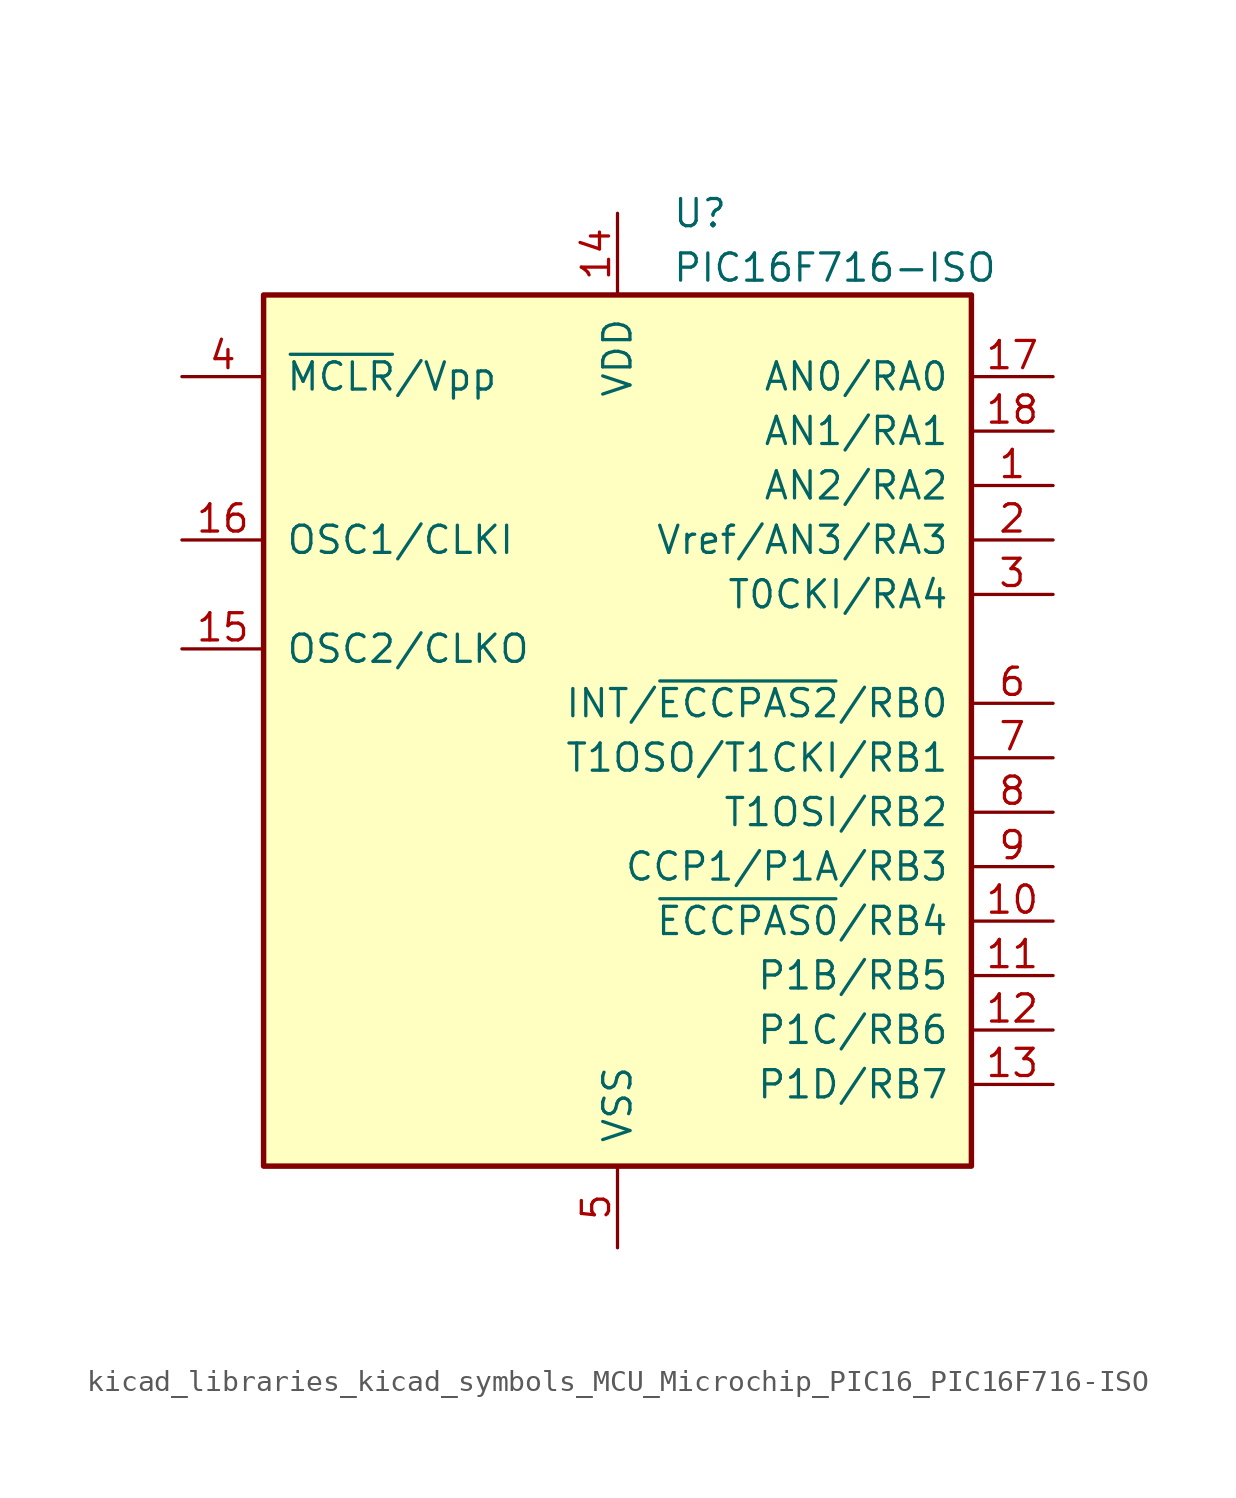
<source format=kicad_sym>
(kicad_symbol_lib
  (version 20220914)
  (generator kicad_symbol_editor)
  (symbol "kicad_libraries_kicad_symbols_MCU_Microchip_PIC16_PIC16F716-ISO"
    (pin_names
      (offset 1.016))
    (property "Reference" "U"
      (at 2.54 22.86 0)
      (effects (font (size 1.27 1.27)) (justify left)))
    (property "Value" "PIC16F716-ISO"
      (at 2.54 20.32 0)
      (effects (font (size 1.27 1.27)) (justify left)))
    (symbol "kicad_libraries_kicad_symbols_MCU_Microchip_PIC16_PIC16F716-ISO_0_1"
      (rectangle (start -16.51 19.05) (end 16.51 -21.59) (stroke (width 0.254) (type default)) (fill (type background))))
    (symbol "kicad_libraries_kicad_symbols_MCU_Microchip_PIC16_PIC16F716-ISO_1_1"
      (pin bidirectional line (at 20.32 10.16 180) (length 3.81) (name "AN2/RA2" (effects (font (size 1.27 1.27)))) (number "1" (effects (font (size 1.27 1.27)))))
      (pin bidirectional line (at 20.32 -10.16 180) (length 3.81) (name "~{ECCPAS0}/RB4" (effects (font (size 1.27 1.27)))) (number "10" (effects (font (size 1.27 1.27)))))
      (pin bidirectional line (at 20.32 -12.7 180) (length 3.81) (name "P1B/RB5" (effects (font (size 1.27 1.27)))) (number "11" (effects (font (size 1.27 1.27)))))
      (pin bidirectional line (at 20.32 -15.24 180) (length 3.81) (name "P1C/RB6" (effects (font (size 1.27 1.27)))) (number "12" (effects (font (size 1.27 1.27)))))
      (pin bidirectional line (at 20.32 -17.78 180) (length 3.81) (name "P1D/RB7" (effects (font (size 1.27 1.27)))) (number "13" (effects (font (size 1.27 1.27)))))
      (pin power_in line (at 0 22.86 270) (length 3.81) (name "VDD" (effects (font (size 1.27 1.27)))) (number "14" (effects (font (size 1.27 1.27)))))
      (pin output line (at -20.32 2.54 0) (length 3.81) (name "OSC2/CLKO" (effects (font (size 1.27 1.27)))) (number "15" (effects (font (size 1.27 1.27)))))
      (pin input line (at -20.32 7.62 0) (length 3.81) (name "OSC1/CLKI" (effects (font (size 1.27 1.27)))) (number "16" (effects (font (size 1.27 1.27)))))
      (pin bidirectional line (at 20.32 15.24 180) (length 3.81) (name "AN0/RA0" (effects (font (size 1.27 1.27)))) (number "17" (effects (font (size 1.27 1.27)))))
      (pin bidirectional line (at 20.32 12.7 180) (length 3.81) (name "AN1/RA1" (effects (font (size 1.27 1.27)))) (number "18" (effects (font (size 1.27 1.27)))))
      (pin bidirectional line (at 20.32 7.62 180) (length 3.81) (name "Vref/AN3/RA3" (effects (font (size 1.27 1.27)))) (number "2" (effects (font (size 1.27 1.27)))))
      (pin output line (at 20.32 5.08 180) (length 3.81) (name "T0CKI/RA4" (effects (font (size 1.27 1.27)))) (number "3" (effects (font (size 1.27 1.27)))))
      (pin input line (at -20.32 15.24 0) (length 3.81) (name "~{MCLR}/Vpp" (effects (font (size 1.27 1.27)))) (number "4" (effects (font (size 1.27 1.27)))))
      (pin power_in line (at 0 -25.4 90) (length 3.81) (name "VSS" (effects (font (size 1.27 1.27)))) (number "5" (effects (font (size 1.27 1.27)))))
      (pin bidirectional line (at 20.32 0 180) (length 3.81) (name "INT/~{ECCPAS2}/RB0" (effects (font (size 1.27 1.27)))) (number "6" (effects (font (size 1.27 1.27)))))
      (pin bidirectional line (at 20.32 -2.54 180) (length 3.81) (name "T1OSO/T1CKI/RB1" (effects (font (size 1.27 1.27)))) (number "7" (effects (font (size 1.27 1.27)))))
      (pin bidirectional line (at 20.32 -5.08 180) (length 3.81) (name "T1OSI/RB2" (effects (font (size 1.27 1.27)))) (number "8" (effects (font (size 1.27 1.27)))))
      (pin bidirectional line (at 20.32 -7.62 180) (length 3.81) (name "CCP1/P1A/RB3" (effects (font (size 1.27 1.27)))) (number "9" (effects (font (size 1.27 1.27))))))))
</source>
